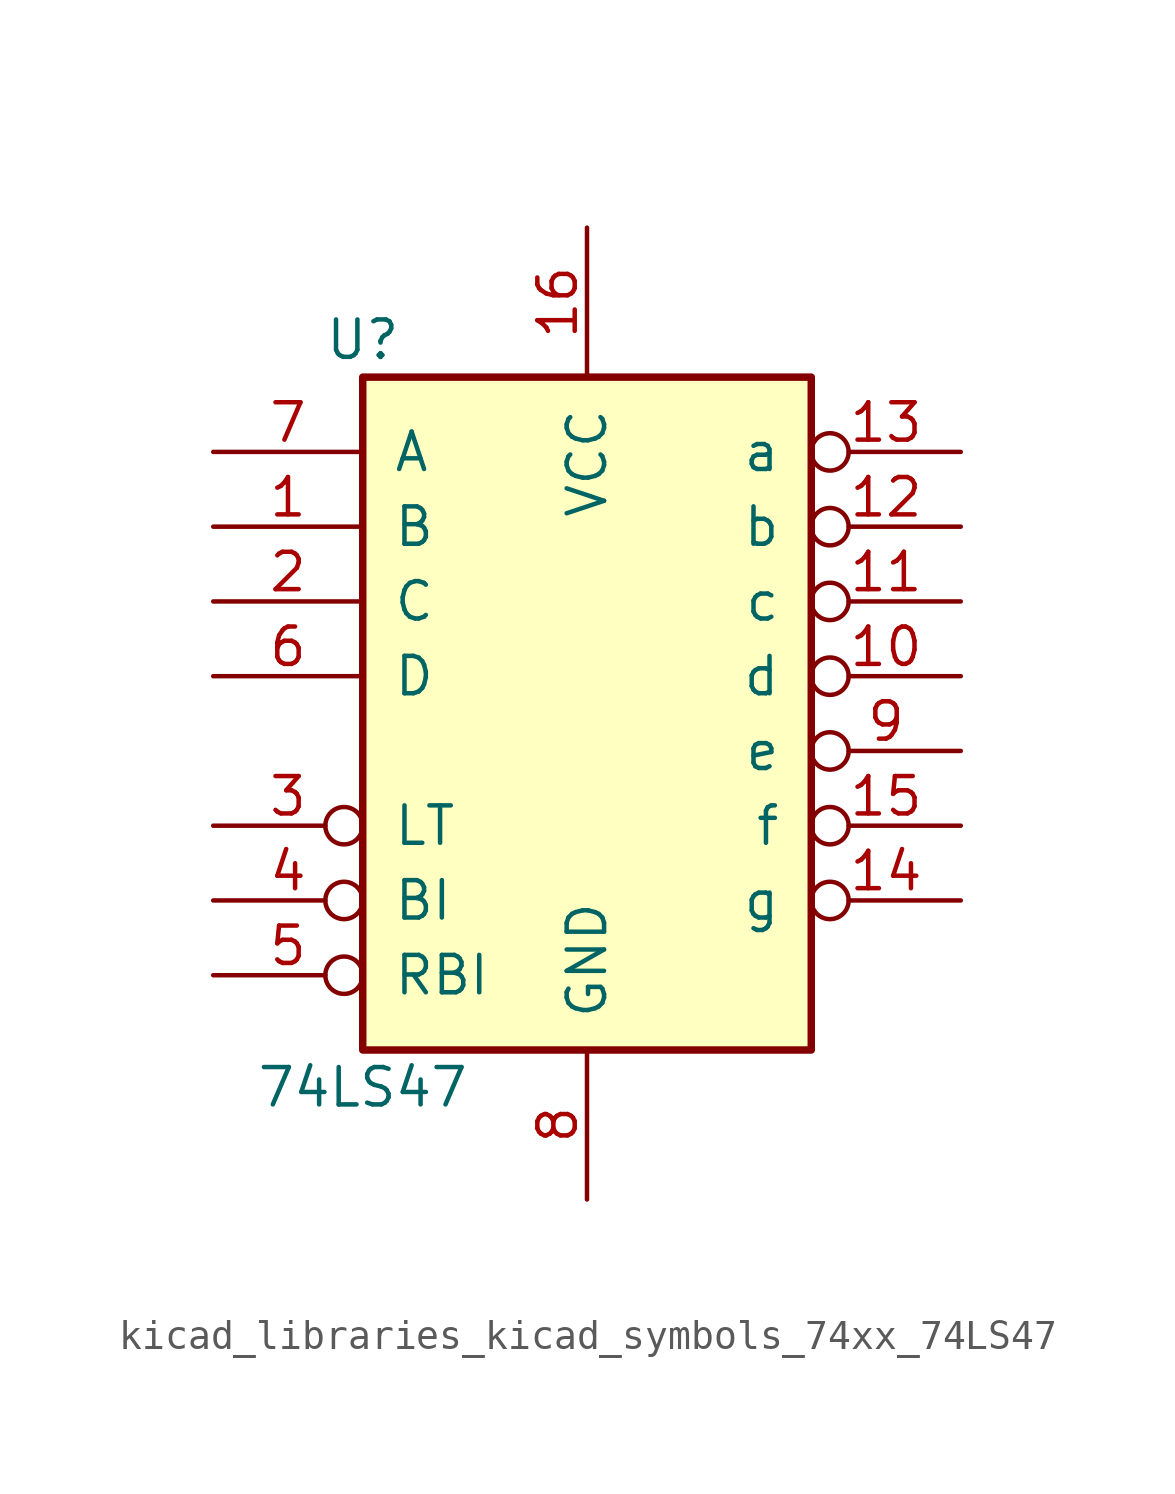
<source format=kicad_sym>
(kicad_symbol_lib
  (version 20220914)
  (generator kicad_symbol_editor)
  (symbol "kicad_libraries_kicad_symbols_74xx_74LS47"
    (pin_names
      (offset 1.016))
    (property "Reference" "U"
      (at -7.62 11.43 0)
      (effects (font (size 1.27 1.27))))
    (property "Value" "74LS47"
      (at -7.62 -13.97 0)
      (effects (font (size 1.27 1.27))))
    (property "ki_locked" ""
      (at 0 0 0)
      (effects (font (size 1.27 1.27))))
    (symbol "kicad_libraries_kicad_symbols_74xx_74LS47_1_0"
      (pin input line (at -12.7 5.08 0) (length 5.08) (name "B" (effects (font (size 1.27 1.27)))) (number "1" (effects (font (size 1.27 1.27)))))
      (pin open_collector inverted (at 12.7 0 180) (length 5.08) (name "d" (effects (font (size 1.27 1.27)))) (number "10" (effects (font (size 1.27 1.27)))))
      (pin open_collector inverted (at 12.7 2.54 180) (length 5.08) (name "c" (effects (font (size 1.27 1.27)))) (number "11" (effects (font (size 1.27 1.27)))))
      (pin open_collector inverted (at 12.7 5.08 180) (length 5.08) (name "b" (effects (font (size 1.27 1.27)))) (number "12" (effects (font (size 1.27 1.27)))))
      (pin open_collector inverted (at 12.7 7.62 180) (length 5.08) (name "a" (effects (font (size 1.27 1.27)))) (number "13" (effects (font (size 1.27 1.27)))))
      (pin open_collector inverted (at 12.7 -7.62 180) (length 5.08) (name "g" (effects (font (size 1.27 1.27)))) (number "14" (effects (font (size 1.27 1.27)))))
      (pin open_collector inverted (at 12.7 -5.08 180) (length 5.08) (name "f" (effects (font (size 1.27 1.27)))) (number "15" (effects (font (size 1.27 1.27)))))
      (pin power_in line (at 0 15.24 270) (length 5.08) (name "VCC" (effects (font (size 1.27 1.27)))) (number "16" (effects (font (size 1.27 1.27)))))
      (pin input line (at -12.7 2.54 0) (length 5.08) (name "C" (effects (font (size 1.27 1.27)))) (number "2" (effects (font (size 1.27 1.27)))))
      (pin input inverted (at -12.7 -5.08 0) (length 5.08) (name "LT" (effects (font (size 1.27 1.27)))) (number "3" (effects (font (size 1.27 1.27)))))
      (pin input inverted (at -12.7 -7.62 0) (length 5.08) (name "BI" (effects (font (size 1.27 1.27)))) (number "4" (effects (font (size 1.27 1.27)))))
      (pin input inverted (at -12.7 -10.16 0) (length 5.08) (name "RBI" (effects (font (size 1.27 1.27)))) (number "5" (effects (font (size 1.27 1.27)))))
      (pin input line (at -12.7 0 0) (length 5.08) (name "D" (effects (font (size 1.27 1.27)))) (number "6" (effects (font (size 1.27 1.27)))))
      (pin input line (at -12.7 7.62 0) (length 5.08) (name "A" (effects (font (size 1.27 1.27)))) (number "7" (effects (font (size 1.27 1.27)))))
      (pin power_in line (at 0 -17.78 90) (length 5.08) (name "GND" (effects (font (size 1.27 1.27)))) (number "8" (effects (font (size 1.27 1.27)))))
      (pin open_collector inverted (at 12.7 -2.54 180) (length 5.08) (name "e" (effects (font (size 1.27 1.27)))) (number "9" (effects (font (size 1.27 1.27))))))
    (symbol "kicad_libraries_kicad_symbols_74xx_74LS47_1_1"
      (rectangle (start -7.62 10.16) (end 7.62 -12.7) (stroke (width 0.254) (type default)) (fill (type background))))))
</source>
